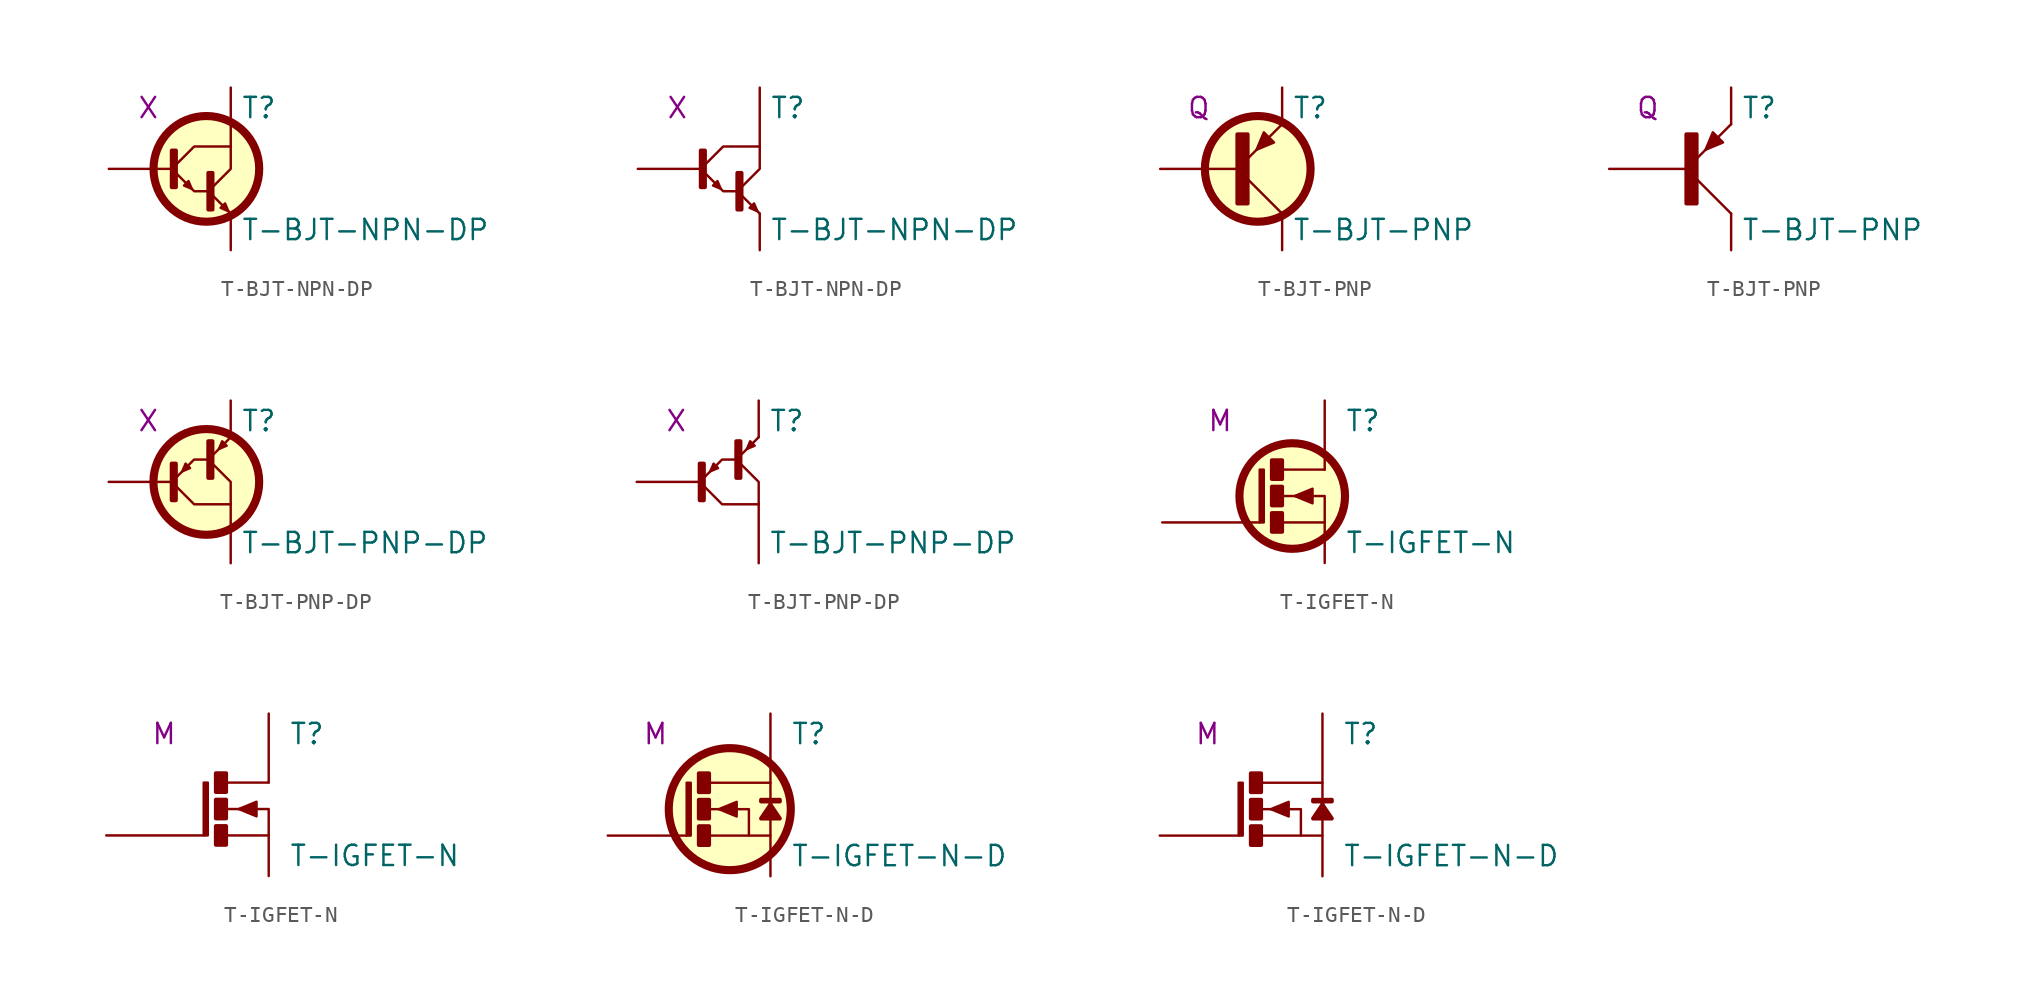
<source format=kicad_sym>
(kicad_symbol_lib
  (version 20211014)
  (generator kicad_symbol_editor)
  (symbol "T-BJT-NPN-DP"
    (pin_numbers hide)
    (pin_names
      (offset 0) hide)
    (property "Reference" "T"
      (at 3.175 3.81 0)
      (effects (font (size 1.27 1.27)) (justify left)))
    (property "Value" "T-BJT-NPN-DP"
      (at 3.175 -3.81 0)
      (effects (font (size 1.27 1.27)) (justify left)))
    (property "Spice_Model" "X"
      (at -1.905 3.81 0)
      (effects (font (size 1.27 1.27)) (justify right)))
    (symbol "T-BJT-NPN-DP_1_0"
      (polyline (pts (xy 2.54 -2.794) (xy 1.397 -1.651)) (stroke (width 0) (type default) (color 0 0 0 0)) (fill (type none)))
      (polyline (pts (xy 1.143 -1.397) (xy 0.254 -1.397) (xy -0.889 -0.254)) (stroke (width 0) (type default) (color 0 0 0 0)) (fill (type none)))
      (polyline (pts (xy 2.54 1.397) (xy 0.254 1.397) (xy -0.889 0.254)) (stroke (width 0) (type default) (color 0 0 0 0)) (fill (type none)))
      (polyline (pts (xy 2.54 1.397) (xy 2.54 0) (xy 1.397 -1.143)) (stroke (width 0) (type default) (color 0 0 0 0)) (fill (type none)))
      (polyline (pts (xy 0.102 -1.245) (xy -0.102 -0.762) (xy -0.381 -1.041) (xy 0.102 -1.245)) (stroke (width 0) (type default) (color 0 0 0 0)) (fill (type outline)))
      (polyline (pts (xy 2.388 -2.642) (xy 2.184 -2.159) (xy 1.905 -2.438) (xy 2.388 -2.642)) (stroke (width 0) (type default) (color 0 0 0 0)) (fill (type outline)))
      (rectangle (start 1.143 -0.254) (end 1.397 -2.54) (stroke (width 0.254) (type default) (color 0 0 0 0)) (fill (type outline)))
      (pin passive line (at 2.54 5.08 270) (length 3.683) (name "C" (effects (font (size 1.27 1.27)))) (number "1" (effects (font (size 1.27 1.27)))))
      (pin passive line (at -5.08 0 0) (length 3.937) (name "B" (effects (font (size 1.27 1.27)))) (number "2" (effects (font (size 1.27 1.27)))))
      (pin passive line (at 2.54 -5.08 90) (length 2.286) (name "E" (effects (font (size 1.27 1.27)))) (number "3" (effects (font (size 1.27 1.27))))))
    (symbol "T-BJT-NPN-DP_1_1"
      (rectangle (start -1.143 1.143) (end -0.889 -1.143) (stroke (width 0.254) (type default) (color 0 0 0 0)) (fill (type outline)))
      (circle (center 1.016 0) (radius 3.302) (stroke (width 0.508) (type default) (color 0 0 0 0)) (fill (type background))))
    (symbol "T-BJT-NPN-DP_1_2"
      (rectangle (start -1.143 1.143) (end -0.889 -1.143) (stroke (width 0.254) (type default) (color 0 0 0 0)) (fill (type outline)))))
  (symbol "T-BJT-PNP"
    (pin_numbers hide)
    (pin_names
      (offset 0) hide)
    (property "Reference" "T"
      (at 3.175 3.81 0)
      (effects (font (size 1.27 1.27)) (justify left)))
    (property "Value" "T-BJT-PNP"
      (at 3.175 -3.81 0)
      (effects (font (size 1.27 1.27)) (justify left)))
    (property "Spice_Model" "Q"
      (at -1.905 3.81 0)
      (effects (font (size 1.27 1.27)) (justify right)))
    (symbol "T-BJT-PNP_1_0"
      (polyline (pts (xy 2.54 -2.794) (xy 0.381 -0.635)) (stroke (width 0) (type default) (color 0 0 0 0)) (fill (type none)))
      (polyline (pts (xy 2.54 2.794) (xy 0.381 0.635)) (stroke (width 0) (type default) (color 0 0 0 0)) (fill (type none)))
      (polyline (pts (xy 0.94 1.194) (xy 2.032 1.651) (xy 1.397 2.286) (xy 0.94 1.194)) (stroke (width 0) (type default) (color 0 0 0 0)) (fill (type outline)))
      (pin passive line (at 2.54 -5.08 90) (length 2.286) (name "C" (effects (font (size 1.27 1.27)))) (number "1" (effects (font (size 1.27 1.27)))))
      (pin passive line (at -5.08 0 0) (length 4.826) (name "B" (effects (font (size 1.27 1.27)))) (number "2" (effects (font (size 1.27 1.27)))))
      (pin passive line (at 2.54 5.08 270) (length 2.286) (name "E" (effects (font (size 1.27 1.27)))) (number "3" (effects (font (size 1.27 1.27))))))
    (symbol "T-BJT-PNP_1_1"
      (rectangle (start -0.254 2.159) (end 0.381 -2.159) (stroke (width 0.254) (type default) (color 0 0 0 0)) (fill (type outline)))
      (circle (center 1.016 0) (radius 3.302) (stroke (width 0.508) (type default) (color 0 0 0 0)) (fill (type background))))
    (symbol "T-BJT-PNP_1_2"
      (rectangle (start -0.254 2.159) (end 0.381 -2.159) (stroke (width 0.254) (type default) (color 0 0 0 0)) (fill (type outline)))))
  (symbol "T-BJT-PNP-DP"
    (pin_numbers hide)
    (pin_names
      (offset 0) hide)
    (property "Reference" "T"
      (at 3.175 3.81 0)
      (effects (font (size 1.27 1.27)) (justify left)))
    (property "Value" "T-BJT-PNP-DP"
      (at 3.175 -3.81 0)
      (effects (font (size 1.27 1.27)) (justify left)))
    (property "Spice_Model" "X"
      (at -1.905 3.81 0)
      (effects (font (size 1.27 1.27)) (justify right)))
    (symbol "T-BJT-PNP-DP_1_0"
      (polyline (pts (xy 2.54 2.794) (xy 1.397 1.651)) (stroke (width 0) (type default) (color 0 0 0 0)) (fill (type none)))
      (polyline (pts (xy 1.143 1.397) (xy 0.254 1.397) (xy -0.889 0.254)) (stroke (width 0) (type default) (color 0 0 0 0)) (fill (type none)))
      (polyline (pts (xy 2.54 -1.397) (xy 0.254 -1.397) (xy -0.889 -0.254)) (stroke (width 0) (type default) (color 0 0 0 0)) (fill (type none)))
      (polyline (pts (xy 2.54 -1.397) (xy 2.54 0) (xy 1.397 1.143)) (stroke (width 0) (type default) (color 0 0 0 0)) (fill (type none)))
      (polyline (pts (xy -0.483 0.66) (xy -0.279 1.143) (xy 0 0.864) (xy -0.483 0.66)) (stroke (width 0) (type default) (color 0 0 0 0)) (fill (type outline)))
      (polyline (pts (xy 1.803 2.057) (xy 2.007 2.54) (xy 2.286 2.261) (xy 1.803 2.057)) (stroke (width 0) (type default) (color 0 0 0 0)) (fill (type outline)))
      (rectangle (start 1.143 2.54) (end 1.397 0.254) (stroke (width 0.254) (type default) (color 0 0 0 0)) (fill (type outline)))
      (pin passive line (at 2.54 -5.08 90) (length 3.683) (name "C" (effects (font (size 1.27 1.27)))) (number "1" (effects (font (size 1.27 1.27)))))
      (pin passive line (at -5.08 0 0) (length 3.937) (name "B" (effects (font (size 1.27 1.27)))) (number "2" (effects (font (size 1.27 1.27)))))
      (pin passive line (at 2.54 5.08 270) (length 2.286) (name "E" (effects (font (size 1.27 1.27)))) (number "3" (effects (font (size 1.27 1.27))))))
    (symbol "T-BJT-PNP-DP_1_1"
      (rectangle (start -1.143 1.143) (end -0.889 -1.143) (stroke (width 0.254) (type default) (color 0 0 0 0)) (fill (type outline)))
      (circle (center 1.016 0) (radius 3.302) (stroke (width 0.508) (type default) (color 0 0 0 0)) (fill (type background))))
    (symbol "T-BJT-PNP-DP_1_2"
      (rectangle (start -1.143 1.143) (end -0.889 -1.143) (stroke (width 0.254) (type default) (color 0 0 0 0)) (fill (type outline)))))
  (symbol "T-IGFET-N"
    (pin_numbers hide)
    (pin_names
      (offset 0) hide)
    (property "Reference" "T"
      (at 6.35 3.81 0)
      (effects (font (size 1.27 1.27)) (justify left)))
    (property "Value" "T-IGFET-N"
      (at 6.35 -3.81 0)
      (effects (font (size 1.27 1.27)) (justify left)))
    (property "Spice_Model" "M"
      (at -0.635 3.81 0)
      (effects (font (size 1.27 1.27)) (justify right)))
    (symbol "T-IGFET-N_1_0"
      (polyline (pts (xy 5.08 -2.54) (xy 2.413 -2.54)) (stroke (width 0) (type default) (color 0 0 0 0)) (fill (type none)))
      (polyline (pts (xy 5.08 0.762) (xy 2.413 0.762)) (stroke (width 0) (type default) (color 0 0 0 0)) (fill (type none)))
      (polyline (pts (xy 5.08 -2.54) (xy 5.08 -0.889) (xy 2.413 -0.889)) (stroke (width 0) (type default) (color 0 0 0 0)) (fill (type none)))
      (polyline (pts (xy 3.2 -0.889) (xy 4.318 -0.432) (xy 4.318 -1.346) (xy 3.2 -0.889)) (stroke (width 0) (type default) (color 0 0 0 0)) (fill (type outline)))
      (rectangle (start 1.778 -1.956) (end 2.413 -3.124) (stroke (width 0.254) (type default) (color 0 0 0 0)) (fill (type outline)))
      (rectangle (start 1.778 -0.305) (end 2.413 -1.473) (stroke (width 0.254) (type default) (color 0 0 0 0)) (fill (type outline)))
      (rectangle (start 1.778 1.346) (end 2.413 0.178) (stroke (width 0.254) (type default) (color 0 0 0 0)) (fill (type outline)))
      (pin passive line (at 5.08 5.08 270) (length 4.318) (name "D" (effects (font (size 1.27 1.27)))) (number "1" (effects (font (size 1.27 1.27)))))
      (pin passive line (at -5.08 -2.54 0) (length 6.096) (name "G" (effects (font (size 1.27 1.27)))) (number "2" (effects (font (size 1.27 1.27)))))
      (pin passive line (at 5.08 -5.08 90) (length 2.54) (name "S" (effects (font (size 1.27 1.27)))) (number "3" (effects (font (size 1.27 1.27))))))
    (symbol "T-IGFET-N_1_1"
      (rectangle (start 1.016 0.762) (end 1.27 -2.54) (stroke (width 0) (type default) (color 0 0 0 0)) (fill (type outline)))
      (circle (center 3.048 -0.889) (radius 3.302) (stroke (width 0.508) (type default) (color 0 0 0 0)) (fill (type background))))
    (symbol "T-IGFET-N_1_2"
      (rectangle (start 1.016 0.762) (end 1.27 -2.54) (stroke (width 0) (type default) (color 0 0 0 0)) (fill (type outline)))))
  (symbol "T-IGFET-N-D"
    (pin_numbers hide)
    (pin_names
      (offset 0) hide)
    (property "Reference" "T"
      (at 6.35 3.81 0)
      (effects (font (size 1.27 1.27)) (justify left)))
    (property "Value" "T-IGFET-N-D"
      (at 6.35 -3.81 0)
      (effects (font (size 1.27 1.27)) (justify left)))
    (property "Spice_Model" "M"
      (at -1.27 3.81 0)
      (effects (font (size 1.27 1.27)) (justify right)))
    (symbol "T-IGFET-N-D_1_0"
      (polyline (pts (xy 3.734 -2.54) (xy 3.734 -0.889) (xy 1.245 -0.889)) (stroke (width 0) (type default) (color 0 0 0 0)) (fill (type none)))
      (polyline (pts (xy 1.245 0.762) (xy 5.08 0.762) (xy 5.08 -2.54) (xy 1.245 -2.54)) (stroke (width 0) (type default) (color 0 0 0 0)) (fill (type none)))
      (polyline (pts (xy 1.854 -0.889) (xy 2.972 -0.432) (xy 2.972 -1.346) (xy 1.854 -0.889)) (stroke (width 0) (type default) (color 0 0 0 0)) (fill (type outline)))
      (polyline (pts (xy 5.08 -0.406) (xy 5.08 -0.61) (xy 4.496 -1.473) (xy 5.664 -1.473) (xy 5.08 -0.61) (xy 5.08 -0.406) (xy 5.664 -0.406) (xy 5.664 -0.305) (xy 4.496 -0.305) (xy 4.496 -0.406) (xy 5.08 -0.406)) (stroke (width 0.254) (type default) (color 0 0 0 0)) (fill (type outline)))
      (rectangle (start 0.61 -1.956) (end 1.245 -3.124) (stroke (width 0.254) (type default) (color 0 0 0 0)) (fill (type outline)))
      (rectangle (start 0.61 -0.305) (end 1.245 -1.473) (stroke (width 0.254) (type default) (color 0 0 0 0)) (fill (type outline)))
      (rectangle (start 0.61 1.346) (end 1.245 0.178) (stroke (width 0.254) (type default) (color 0 0 0 0)) (fill (type outline)))
      (pin passive line (at 5.08 5.08 270) (length 4.318) (name "D" (effects (font (size 1.27 1.27)))) (number "1" (effects (font (size 1.27 1.27)))))
      (pin passive line (at -5.08 -2.54 0) (length 4.928) (name "G" (effects (font (size 1.27 1.27)))) (number "2" (effects (font (size 1.27 1.27)))))
      (pin passive line (at 5.08 -5.08 90) (length 2.54) (name "S" (effects (font (size 1.27 1.27)))) (number "3" (effects (font (size 1.27 1.27))))))
    (symbol "T-IGFET-N-D_1_1"
      (rectangle (start -0.152 0.762) (end 0.102 -2.54) (stroke (width 0) (type default) (color 0 0 0 0)) (fill (type outline)))
      (circle (center 2.54 -0.889) (radius 3.81) (stroke (width 0.508) (type default) (color 0 0 0 0)) (fill (type background))))
    (symbol "T-IGFET-N-D_1_2"
      (rectangle (start -0.152 0.762) (end 0.102 -2.54) (stroke (width 0) (type default) (color 0 0 0 0)) (fill (type outline))))))
</source>
